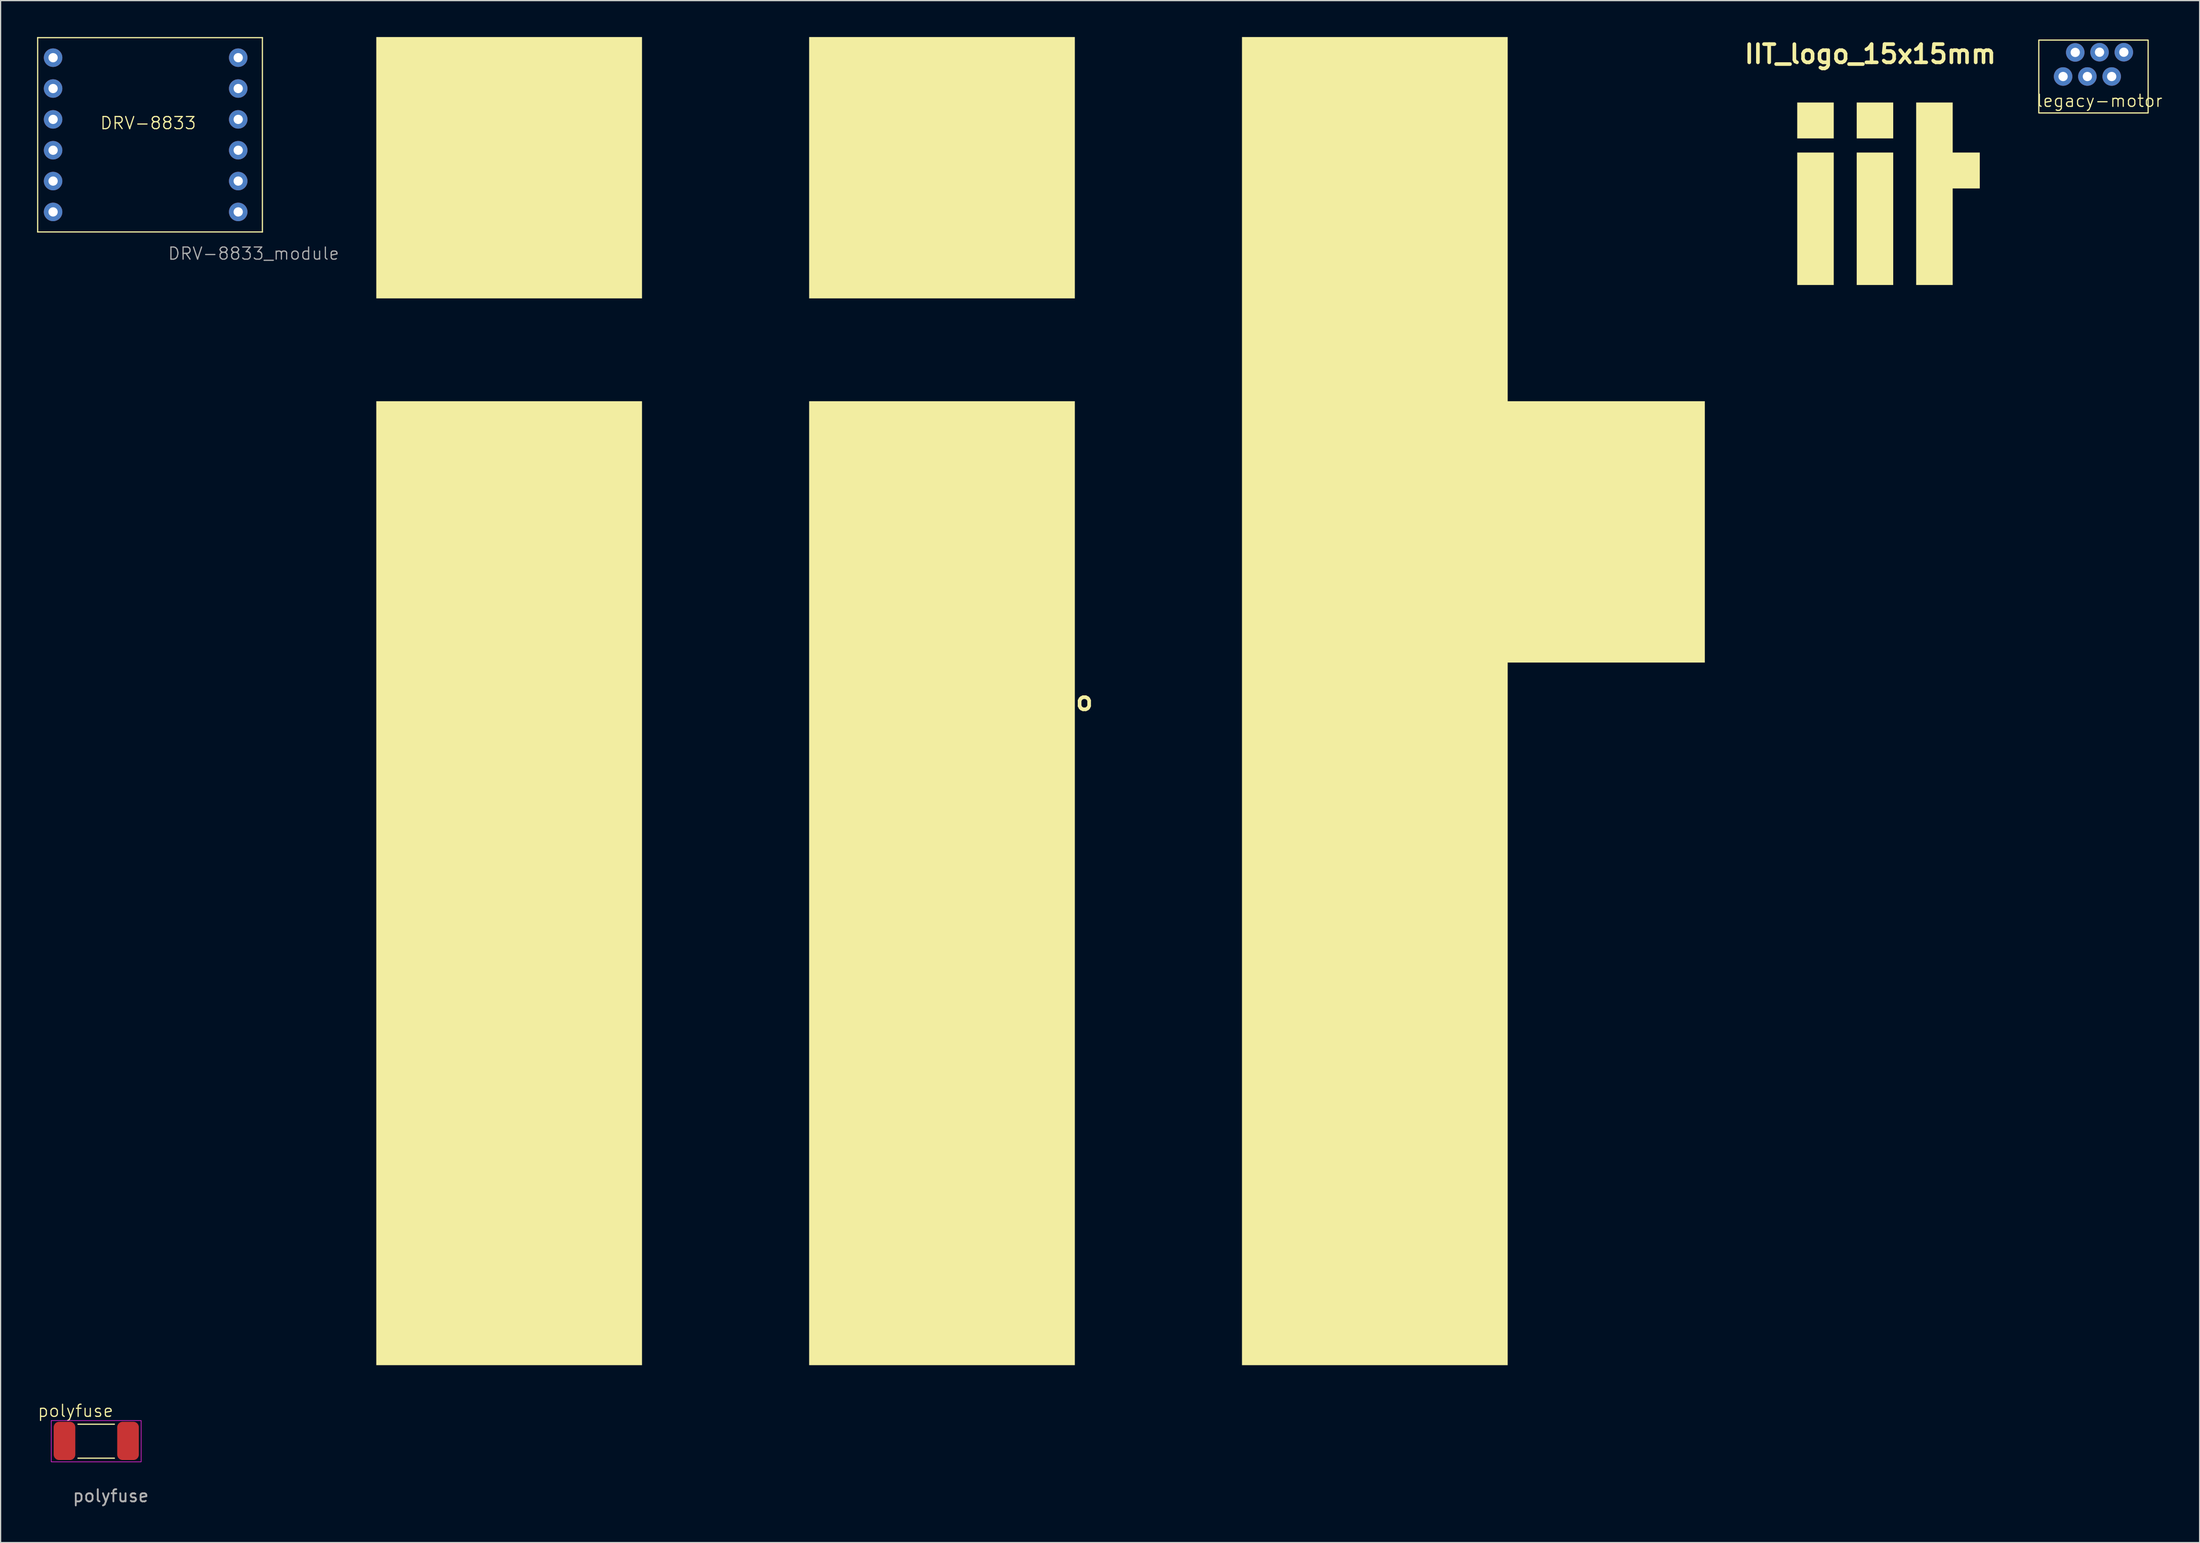
<source format=kicad_pcb>
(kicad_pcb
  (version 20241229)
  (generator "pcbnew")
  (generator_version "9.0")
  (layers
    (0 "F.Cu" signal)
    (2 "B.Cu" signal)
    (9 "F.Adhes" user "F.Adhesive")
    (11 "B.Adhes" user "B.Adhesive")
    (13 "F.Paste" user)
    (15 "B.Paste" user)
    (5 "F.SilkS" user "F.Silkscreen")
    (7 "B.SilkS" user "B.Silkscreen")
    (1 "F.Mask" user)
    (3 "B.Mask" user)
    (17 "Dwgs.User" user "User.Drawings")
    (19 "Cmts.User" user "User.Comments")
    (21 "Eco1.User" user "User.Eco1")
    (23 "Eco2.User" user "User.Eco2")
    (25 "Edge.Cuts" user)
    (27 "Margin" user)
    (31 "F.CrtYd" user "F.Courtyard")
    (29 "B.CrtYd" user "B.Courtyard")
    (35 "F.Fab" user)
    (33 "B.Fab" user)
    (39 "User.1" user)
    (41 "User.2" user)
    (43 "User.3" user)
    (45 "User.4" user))
  (footprint "polyfuse"
    (layer "F.Cu")
    (at 1.369 114.022)
    (property "Reference" "polyfuse" (at 1.8 -0.9 0) (unlocked yes) (layer "F.SilkS") (effects (font (size 1 1) (thickness 0.1))))
    (attr smd)
    (fp_line (start 2 0.2) (end 5 0.2) (stroke (width 0.1) (type default)) (layer "F.SilkS"))
    (fp_line (start 2 3) (end 5 3) (stroke (width 0.1) (type default)) (layer "F.SilkS"))
    (fp_rect (start -0.2 -0.1) (end 7.2 3.3) (stroke (width 0.05) (type default)) (fill no) (layer "F.CrtYd"))
    (fp_text user "${REFERENCE}" (at 4.7 6.1 0) (unlocked yes) (layer "F.Fab") (effects (font (size 1 1) (thickness 0.15))))
    (pad "1" smd roundrect (at 0.89 1.575) (size 1.78 3.15) (layers "F.Cu" "F.Mask" "F.Paste") (roundrect_rratio 0.25))
    (pad "2" smd roundrect (at 6.12 1.575) (size 1.78 3.15) (layers "F.Cu" "F.Mask" "F.Paste") (roundrect_rratio 0.25)))
  (footprint "DRV-8833_module"
    (layer "F.Cu")
    (at 7.67 7.67)
    (property "Reference" "DRV-8833_module" (at 10.16 10.16 0) (unlocked yes) (layer "F.Fab") (effects (font (size 1 1) (thickness 0.1))))
    (attr through_hole)
    (fp_line (start -7.62 -7.62) (end -7.62 8.38) (stroke (width 0.1) (type default)) (layer "F.SilkS"))
    (fp_line (start -7.62 -7.62) (end 10.88 -7.62) (stroke (width 0.1) (type default)) (layer "F.SilkS"))
    (fp_line (start -7.62 8.38) (end 10.88 8.38) (stroke (width 0.1) (type default)) (layer "F.SilkS"))
    (fp_line (start 10.88 -7.62) (end 10.88 8.38) (stroke (width 0.1) (type default)) (layer "F.SilkS"))
    (fp_text user "DRV-8833" (at -2.54 0 0) (unlocked yes) (layer "F.SilkS") (effects (font (size 1 1) (thickness 0.1)) (justify left bottom)))
    (pad "1" thru_hole circle (at -6.35 -5.97) (size 1.524 1.524) (drill 0.762) (layers "*.Cu" "*.Mask"))
    (pad "2" thru_hole circle (at -6.35 -3.43) (size 1.524 1.524) (drill 0.762) (layers "*.Cu" "*.Mask"))
    (pad "3" thru_hole circle (at -6.35 -0.89) (size 1.524 1.524) (drill 0.762) (layers "*.Cu" "*.Mask"))
    (pad "4" thru_hole circle (at -6.35 1.65) (size 1.524 1.524) (drill 0.762) (layers "*.Cu" "*.Mask"))
    (pad "5" thru_hole circle (at -6.35 4.19) (size 1.524 1.524) (drill 0.762) (layers "*.Cu" "*.Mask"))
    (pad "6" thru_hole circle (at -6.35 6.73) (size 1.524 1.524) (drill 0.762) (layers "*.Cu" "*.Mask"))
    (pad "7" thru_hole circle (at 8.89 6.73) (size 1.524 1.524) (drill 0.762) (layers "*.Cu" "*.Mask"))
    (pad "8" thru_hole circle (at 8.89 4.19) (size 1.524 1.524) (drill 0.762) (layers "*.Cu" "*.Mask"))
    (pad "9" thru_hole circle (at 8.89 1.65) (size 1.524 1.524) (drill 0.762) (layers "*.Cu" "*.Mask"))
    (pad "10" thru_hole circle (at 8.89 -0.89) (size 1.524 1.524) (drill 0.762) (layers "*.Cu" "*.Mask"))
    (pad "11" thru_hole circle (at 8.89 -3.43) (size 1.524 1.524) (drill 0.762) (layers "*.Cu" "*.Mask"))
    (pad "12" thru_hole circle (at 8.89 -5.97) (size 1.524 1.524) (drill 0.762) (layers "*.Cu" "*.Mask")))
  (footprint "legacy-motor"
    (layer "F.Cu")
    (at 164.782 0.25)
    (property "Reference" "legacy-motor" (at 5 5 0) (unlocked yes) (layer "F.SilkS") (effects (font (size 1 1) (thickness 0.1))))
    (attr through_hole)
    (fp_rect (start 0 0) (end 9 6) (stroke (width 0.1) (type default)) (fill no) (layer "F.SilkS"))
    (pad "1" thru_hole circle (at 2 3) (size 1.524 1.524) (drill 0.762) (layers "*.Cu" "*.Mask"))
    (pad "2" thru_hole circle (at 3 1.016) (size 1.524 1.524) (drill 0.762) (layers "*.Cu" "*.Mask"))
    (pad "3" thru_hole circle (at 4 3) (size 1.524 1.524) (drill 0.762) (layers "*.Cu" "*.Mask"))
    (pad "4" thru_hole circle (at 5 1) (size 1.524 1.524) (drill 0.762) (layers "*.Cu" "*.Mask"))
    (pad "5" thru_hole circle (at 6 3) (size 1.524 1.524) (drill 0.762) (layers "*.Cu" "*.Mask"))
    (pad "6" thru_hole circle (at 7 1) (size 1.524 1.524) (drill 0.762) (layers "*.Cu" "*.Mask")))
  (footprint "IIT_logo_15x15mm"
    (layer "F.Cu")
    (at 152.41 12.904)
    (property "Reference" "IIT_logo_15x15mm" (at -1.5 -11.5 0) (layer "F.SilkS") (effects (font (size 1.5 1.5) (thickness 0.3))))
    (attr board_only exclude_from_pos_files exclude_from_bom)
    (fp_poly (pts (xy -4.508 -6.035) (xy -4.508 -4.556) (xy -6.011 -4.556) (xy -7.513 -4.556) (xy -7.513 -6.035) (xy -7.513 -7.513) (xy -6.011 -7.513) (xy -4.508 -7.513)) (stroke (width 0) (type solid)) (fill yes) (layer "F.SilkS"))
    (fp_poly (pts (xy -4.508 2.06) (xy -4.508 7.513) (xy -6.011 7.513) (xy -7.513 7.513) (xy -7.513 2.06) (xy -7.513 -3.393) (xy -6.011 -3.393) (xy -4.508 -3.393)) (stroke (width 0) (type solid)) (fill yes) (layer "F.SilkS"))
    (fp_poly (pts (xy 0.388 -6.035) (xy 0.388 -4.556) (xy -1.115 -4.556) (xy -2.618 -4.556) (xy -2.618 -6.035) (xy -2.618 -7.513) (xy -1.115 -7.513) (xy 0.388 -7.513)) (stroke (width 0) (type solid)) (fill yes) (layer "F.SilkS"))
    (fp_poly (pts (xy 0.388 2.06) (xy 0.388 7.513) (xy -1.115 7.513) (xy -2.618 7.513) (xy -2.618 2.06) (xy -2.618 -3.393) (xy -1.115 -3.393) (xy 0.388 -3.393)) (stroke (width 0) (type solid)) (fill yes) (layer "F.SilkS"))
    (fp_poly (pts (xy 5.284 -5.453) (xy 5.284 -3.393) (xy 6.398 -3.393) (xy 7.513 -3.393) (xy 7.513 -1.915) (xy 7.513 -0.436) (xy 6.398 -0.436) (xy 5.284 -0.436) (xy 5.284 3.539) (xy 5.284 7.513) (xy 3.781 7.513) (xy 2.278 7.513) (xy 2.278 0) (xy 2.278 -7.513) (xy 3.781 -7.513) (xy 5.284 -7.513)) (stroke (width 0) (type solid)) (fill yes) (layer "F.SilkS")))
  (footprint "IIT_logo"
    (layer "F.Cu")
    (at 82.608 54.681)
    (property "Reference" "IIT_logo" (at 0 0 0) (layer "F.SilkS") (effects (font (size 1.5 1.5) (thickness 0.3))))
    (attr board_only exclude_from_pos_files exclude_from_bom)
    (fp_poly (pts (xy -32.808 -43.921) (xy -32.808 -33.161) (xy -43.744 -33.161) (xy -54.681 -33.161) (xy -54.681 -43.921) (xy -54.681 -54.681) (xy -43.744 -54.681) (xy -32.808 -54.681)) (stroke (width 0) (type solid)) (fill yes) (layer "F.SilkS"))
    (fp_poly (pts (xy -32.808 14.993) (xy -32.808 54.681) (xy -43.744 54.681) (xy -54.681 54.681) (xy -54.681 14.993) (xy -54.681 -24.694) (xy -43.744 -24.694) (xy -32.808 -24.694)) (stroke (width 0) (type solid)) (fill yes) (layer "F.SilkS"))
    (fp_poly (pts (xy 2.822 -43.921) (xy 2.822 -33.161) (xy -8.114 -33.161) (xy -19.05 -33.161) (xy -19.05 -43.921) (xy -19.05 -54.681) (xy -8.114 -54.681) (xy 2.822 -54.681)) (stroke (width 0) (type solid)) (fill yes) (layer "F.SilkS"))
    (fp_poly (pts (xy 2.822 14.993) (xy 2.822 54.681) (xy -8.114 54.681) (xy -19.05 54.681) (xy -19.05 14.993) (xy -19.05 -24.694) (xy -8.114 -24.694) (xy 2.822 -24.694)) (stroke (width 0) (type solid)) (fill yes) (layer "F.SilkS"))
    (fp_poly (pts (xy 38.453 -39.688) (xy 38.453 -24.694) (xy 46.567 -24.694) (xy 54.681 -24.694) (xy 54.681 -13.935) (xy 54.681 -3.175) (xy 46.567 -3.175) (xy 38.453 -3.175) (xy 38.453 25.753) (xy 38.453 54.681) (xy 27.517 54.681) (xy 16.581 54.681) (xy 16.581 0) (xy 16.581 -54.681) (xy 27.517 -54.681) (xy 38.453 -54.681)) (stroke (width 0) (type solid)) (fill yes) (layer "F.SilkS")))
  (gr_rect
    (start -3 -3)
    (end 178.022 123.97)
    (stroke (width 0.1) (type default))
    (fill no)
    (layer "Edge.Cuts")))
</source>
